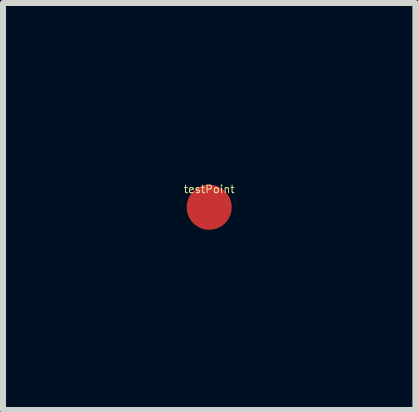
<source format=kicad_pcb>
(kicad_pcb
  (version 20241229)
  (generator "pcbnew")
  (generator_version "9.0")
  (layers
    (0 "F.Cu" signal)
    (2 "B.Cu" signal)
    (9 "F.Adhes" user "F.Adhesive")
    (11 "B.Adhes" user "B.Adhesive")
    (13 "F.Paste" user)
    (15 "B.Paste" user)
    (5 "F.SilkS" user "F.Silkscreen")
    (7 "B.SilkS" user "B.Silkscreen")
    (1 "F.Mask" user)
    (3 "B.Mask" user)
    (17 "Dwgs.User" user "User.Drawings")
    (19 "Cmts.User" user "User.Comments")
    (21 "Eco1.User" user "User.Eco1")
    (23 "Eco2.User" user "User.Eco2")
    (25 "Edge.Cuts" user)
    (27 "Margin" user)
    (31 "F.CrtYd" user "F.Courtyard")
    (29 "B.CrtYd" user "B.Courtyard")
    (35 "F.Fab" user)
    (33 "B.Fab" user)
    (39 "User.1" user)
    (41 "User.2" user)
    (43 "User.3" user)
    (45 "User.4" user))
  (footprint "testPoint"
    (layer "F.Cu")
    (at 0.433 0.401)
    (property "Reference" "testPoint" (at 0 -0.3 0) (layer "F.SilkS") (effects (font (size 0.127 0.127) (thickness 0.015))))
    (attr through_hole)
    (pad "1" smd circle (at 0 0) (size 0.75 0.75) (layers "F.Cu" "F.Mask" "F.Paste")))
  (gr_rect
    (start -3 -3)
    (end 3.866 3.776)
    (stroke (width 0.1) (type default))
    (fill no)
    (layer "Edge.Cuts")))
</source>
